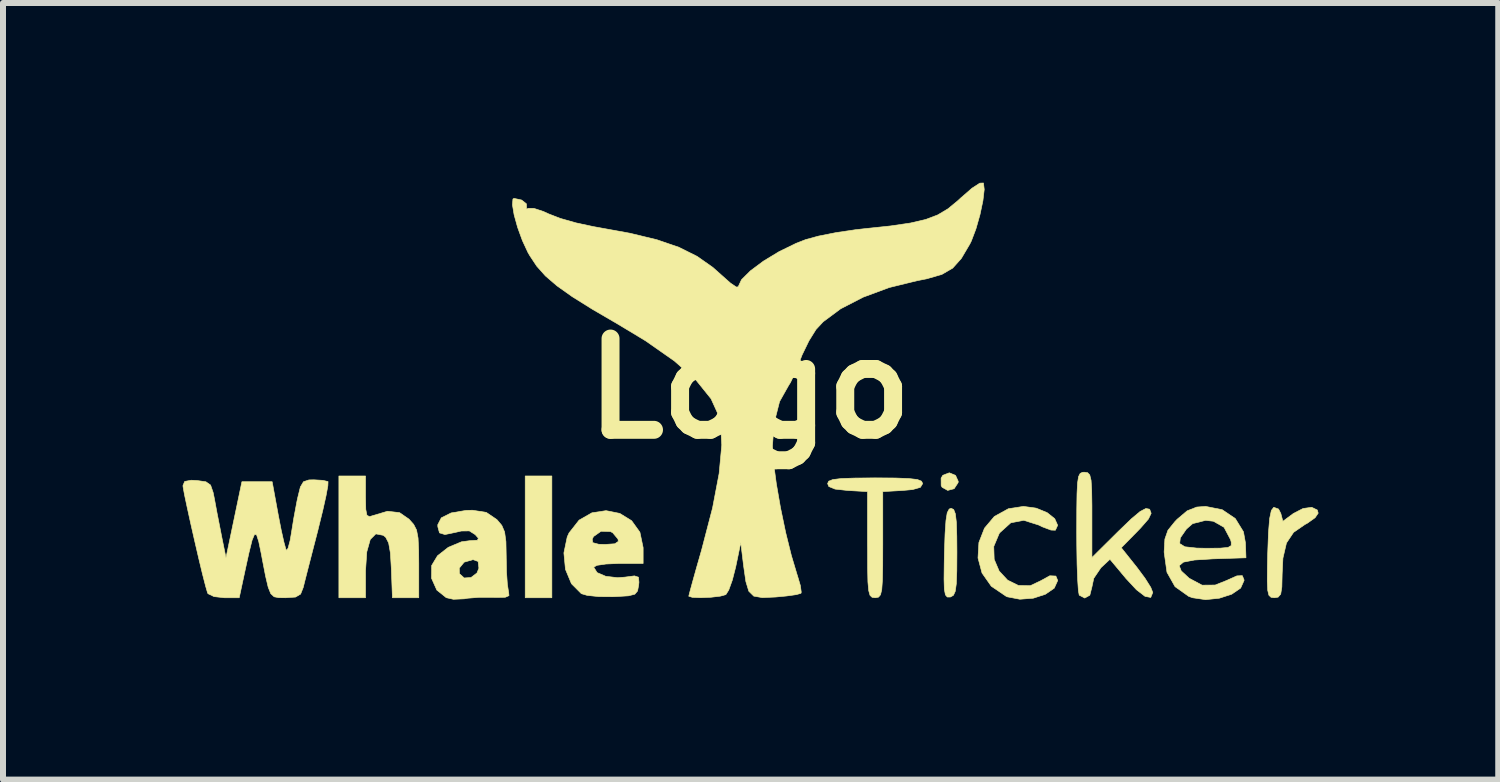
<source format=kicad_pcb>
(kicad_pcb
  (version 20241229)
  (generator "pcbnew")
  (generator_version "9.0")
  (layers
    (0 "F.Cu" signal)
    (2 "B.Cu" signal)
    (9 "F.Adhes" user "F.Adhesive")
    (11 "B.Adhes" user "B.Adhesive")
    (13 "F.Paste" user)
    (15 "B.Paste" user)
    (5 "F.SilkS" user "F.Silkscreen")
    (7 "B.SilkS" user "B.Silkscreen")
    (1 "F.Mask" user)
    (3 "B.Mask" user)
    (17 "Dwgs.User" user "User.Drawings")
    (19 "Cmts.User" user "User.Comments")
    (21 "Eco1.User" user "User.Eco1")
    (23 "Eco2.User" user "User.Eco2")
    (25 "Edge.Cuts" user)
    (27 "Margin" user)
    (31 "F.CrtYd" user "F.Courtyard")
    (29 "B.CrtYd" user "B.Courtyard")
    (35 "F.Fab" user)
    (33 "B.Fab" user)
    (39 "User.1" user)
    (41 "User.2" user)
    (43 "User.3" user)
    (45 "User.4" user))
  (footprint "Logo"
    (layer "F.Cu")
    (at 9.466 3.437)
    (property "Reference" "Logo" (at 0 0 0) (layer "F.SilkS") (effects (font (size 1.524 1.524) (thickness 0.3))))
    (attr through_hole)
    (fp_poly (pts (xy -3.302 3.493) (xy -3.747 3.493) (xy -3.747 1.46) (xy -3.302 1.46) (xy -3.302 3.493)) (stroke (width 0.01) (type solid)) (fill yes) (layer "F.SilkS"))
    (fp_poly (pts (xy 3.438 1.45) (xy 3.483 1.55) (xy 3.481 1.571) (xy 3.415 1.672) (xy 3.307 1.701) (xy 3.214 1.649) (xy 3.198 1.62) (xy 3.197 1.496) (xy 3.226 1.448) (xy 3.334 1.407) (xy 3.438 1.45)) (stroke (width 0.01) (type solid)) (fill yes) (layer "F.SilkS"))
    (fp_poly (pts (xy 3.407 2.02) (xy 3.435 2.092) (xy 3.452 2.235) (xy 3.459 2.471) (xy 3.461 2.73) (xy 3.459 3.046) (xy 3.451 3.258) (xy 3.433 3.386) (xy 3.403 3.452) (xy 3.357 3.479) (xy 3.348 3.481) (xy 3.3 3.481) (xy 3.269 3.445) (xy 3.251 3.352) (xy 3.246 3.183) (xy 3.249 2.917) (xy 3.252 2.751) (xy 3.263 2.424) (xy 3.278 2.205) (xy 3.299 2.074) (xy 3.332 2.012) (xy 3.365 2) (xy 3.407 2.02)) (stroke (width 0.01) (type solid)) (fill yes) (layer "F.SilkS"))
    (fp_poly (pts (xy -6.413 1.817) (xy -6.409 2.017) (xy -6.39 2.116) (xy -6.346 2.139) (xy -6.302 2.125) (xy -6.046 2.049) (xy -5.845 2.072) (xy -5.687 2.181) (xy -5.609 2.269) (xy -5.561 2.363) (xy -5.536 2.496) (xy -5.526 2.701) (xy -5.524 2.918) (xy -5.524 3.493) (xy -5.964 3.493) (xy -5.982 3.007) (xy -5.998 2.744) (xy -6.027 2.579) (xy -6.075 2.485) (xy -6.116 2.451) (xy -6.241 2.427) (xy -6.334 2.52) (xy -6.392 2.727) (xy -6.413 3.042) (xy -6.413 3.06) (xy -6.413 3.493) (xy -6.858 3.493) (xy -6.858 1.46) (xy -6.413 1.46) (xy -6.413 1.817)) (stroke (width 0.01) (type solid)) (fill yes) (layer "F.SilkS"))
    (fp_poly (pts (xy 8.831 2.012) (xy 8.869 2.086) (xy 8.903 2.217) (xy 9.079 2.086) (xy 9.24 2.003) (xy 9.385 1.983) (xy 9.478 2.028) (xy 9.493 2.081) (xy 9.441 2.157) (xy 9.313 2.248) (xy 9.272 2.27) (xy 9.082 2.401) (xy 8.963 2.579) (xy 8.904 2.832) (xy 8.891 3.096) (xy 8.886 3.314) (xy 8.867 3.433) (xy 8.824 3.483) (xy 8.761 3.493) (xy 8.706 3.486) (xy 8.67 3.452) (xy 8.65 3.369) (xy 8.643 3.215) (xy 8.645 2.971) (xy 8.65 2.752) (xy 8.663 2.405) (xy 8.682 2.171) (xy 8.711 2.035) (xy 8.751 1.983) (xy 8.751 1.983) (xy 8.831 2.012)) (stroke (width 0.01) (type solid)) (fill yes) (layer "F.SilkS"))
    (fp_poly (pts (xy 2.432 1.494) (xy 2.66 1.503) (xy 2.8 1.519) (xy 2.87 1.547) (xy 2.889 1.587) (xy 2.889 1.587) (xy 2.851 1.65) (xy 2.721 1.687) (xy 2.556 1.702) (xy 2.223 1.721) (xy 2.223 2.607) (xy 2.222 2.958) (xy 2.217 3.201) (xy 2.206 3.357) (xy 2.185 3.444) (xy 2.152 3.483) (xy 2.104 3.492) (xy 2.095 3.493) (xy 2.045 3.486) (xy 2.01 3.453) (xy 1.988 3.374) (xy 1.975 3.23) (xy 1.97 3.001) (xy 1.969 2.668) (xy 1.968 2.607) (xy 1.968 1.721) (xy 1.635 1.702) (xy 1.426 1.679) (xy 1.322 1.636) (xy 1.302 1.587) (xy 1.32 1.547) (xy 1.389 1.52) (xy 1.528 1.503) (xy 1.754 1.495) (xy 2.088 1.492) (xy 2.095 1.492) (xy 2.432 1.494)) (stroke (width 0.01) (type solid)) (fill yes) (layer "F.SilkS"))
    (fp_poly (pts (xy 4.784 1.997) (xy 4.967 2.072) (xy 5.094 2.173) (xy 5.143 2.283) (xy 5.105 2.366) (xy 5.031 2.363) (xy 4.89 2.31) (xy 4.829 2.28) (xy 4.577 2.2) (xy 4.36 2.242) (xy 4.177 2.407) (xy 4.166 2.423) (xy 4.076 2.637) (xy 4.083 2.852) (xy 4.166 3.047) (xy 4.307 3.199) (xy 4.487 3.288) (xy 4.686 3.292) (xy 4.861 3.209) (xy 5.012 3.126) (xy 5.113 3.131) (xy 5.144 3.205) (xy 5.086 3.333) (xy 4.938 3.435) (xy 4.735 3.501) (xy 4.512 3.518) (xy 4.303 3.478) (xy 4.281 3.468) (xy 4.035 3.301) (xy 3.88 3.08) (xy 3.813 2.829) (xy 3.828 2.571) (xy 3.921 2.332) (xy 4.086 2.136) (xy 4.32 2.007) (xy 4.572 1.968) (xy 4.784 1.997)) (stroke (width 0.01) (type solid)) (fill yes) (layer "F.SilkS"))
    (fp_poly (pts (xy 5.643 1.405) (xy 5.679 1.443) (xy 5.701 1.533) (xy 5.711 1.697) (xy 5.715 1.957) (xy 5.715 2.11) (xy 5.715 2.822) (xy 6.159 2.382) (xy 6.374 2.175) (xy 6.521 2.052) (xy 6.616 2.003) (xy 6.675 2.014) (xy 6.68 2.019) (xy 6.704 2.083) (xy 6.659 2.178) (xy 6.53 2.326) (xy 6.481 2.377) (xy 6.205 2.658) (xy 6.468 2.988) (xy 6.603 3.17) (xy 6.698 3.321) (xy 6.731 3.406) (xy 6.697 3.488) (xy 6.602 3.47) (xy 6.458 3.359) (xy 6.284 3.172) (xy 6.016 2.851) (xy 5.865 2.992) (xy 5.746 3.168) (xy 5.715 3.313) (xy 5.68 3.451) (xy 5.595 3.498) (xy 5.503 3.45) (xy 5.489 3.375) (xy 5.477 3.196) (xy 5.467 2.935) (xy 5.462 2.614) (xy 5.461 2.402) (xy 5.462 2.025) (xy 5.466 1.756) (xy 5.475 1.577) (xy 5.492 1.47) (xy 5.519 1.417) (xy 5.558 1.399) (xy 5.588 1.397) (xy 5.643 1.405)) (stroke (width 0.01) (type solid)) (fill yes) (layer "F.SilkS"))
    (fp_poly (pts (xy -2.168 2.085) (xy -1.97 2.207) (xy -1.832 2.399) (xy -1.778 2.657) (xy -1.778 2.662) (xy -1.778 2.921) (xy -2.191 2.921) (xy -2.401 2.93) (xy -2.55 2.952) (xy -2.603 2.982) (xy -2.547 3.073) (xy -2.402 3.135) (xy -2.206 3.158) (xy -2.083 3.149) (xy -1.923 3.128) (xy -1.856 3.15) (xy -1.848 3.233) (xy -1.853 3.285) (xy -1.871 3.38) (xy -1.917 3.434) (xy -2.022 3.461) (xy -2.215 3.473) (xy -2.286 3.476) (xy -2.518 3.474) (xy -2.711 3.454) (xy -2.81 3.425) (xy -2.975 3.259) (xy -3.075 3.019) (xy -3.101 2.745) (xy -3.053 2.513) (xy -2.628 2.513) (xy -2.62 2.573) (xy -2.52 2.6) (xy -2.413 2.603) (xy -2.251 2.592) (xy -2.192 2.552) (xy -2.198 2.513) (xy -2.285 2.409) (xy -2.323 2.388) (xy -2.481 2.383) (xy -2.605 2.47) (xy -2.628 2.513) (xy -3.053 2.513) (xy -3.045 2.477) (xy -3.015 2.411) (xy -2.847 2.197) (xy -2.633 2.075) (xy -2.397 2.039) (xy -2.168 2.085)) (stroke (width 0.01) (type solid)) (fill yes) (layer "F.SilkS"))
    (fp_poly (pts (xy -4.397 2.068) (xy -4.22 2.188) (xy -4.138 2.285) (xy -4.091 2.395) (xy -4.069 2.556) (xy -4.064 2.806) (xy -4.064 2.818) (xy -4.059 3.063) (xy -4.045 3.268) (xy -4.026 3.39) (xy -4.024 3.396) (xy -4.018 3.458) (xy -4.079 3.485) (xy -4.234 3.488) (xy -4.294 3.486) (xy -4.514 3.486) (xy -4.707 3.501) (xy -4.763 3.511) (xy -4.945 3.519) (xy -5.065 3.492) (xy -5.223 3.365) (xy -5.311 3.168) (xy -5.309 2.999) (xy -4.848 2.999) (xy -4.845 3.091) (xy -4.766 3.163) (xy -4.652 3.155) (xy -4.553 3.08) (xy -4.52 3) (xy -4.533 2.887) (xy -4.618 2.857) (xy -4.766 2.899) (xy -4.848 2.999) (xy -5.309 2.999) (xy -5.309 2.955) (xy -5.211 2.792) (xy -5.031 2.651) (xy -4.811 2.559) (xy -4.67 2.54) (xy -4.545 2.533) (xy -4.529 2.499) (xy -4.582 2.439) (xy -4.68 2.377) (xy -4.816 2.379) (xy -4.909 2.401) (xy -5.087 2.438) (xy -5.178 2.41) (xy -5.206 2.308) (xy -5.207 2.274) (xy -5.148 2.159) (xy -4.984 2.077) (xy -4.735 2.035) (xy -4.628 2.032) (xy -4.397 2.068)) (stroke (width 0.01) (type solid)) (fill yes) (layer "F.SilkS"))
    (fp_poly (pts (xy 7.89 2.023) (xy 8.109 2.171) (xy 8.245 2.392) (xy 8.278 2.575) (xy 8.287 2.826) (xy 7.731 2.844) (xy 7.428 2.863) (xy 7.244 2.898) (xy 7.172 2.957) (xy 7.206 3.045) (xy 7.338 3.167) (xy 7.343 3.17) (xy 7.554 3.283) (xy 7.773 3.281) (xy 7.961 3.206) (xy 8.135 3.128) (xy 8.226 3.124) (xy 8.255 3.195) (xy 8.255 3.205) (xy 8.198 3.332) (xy 8.049 3.434) (xy 7.842 3.501) (xy 7.613 3.525) (xy 7.395 3.493) (xy 7.331 3.47) (xy 7.103 3.308) (xy 6.968 3.068) (xy 6.922 2.741) (xy 6.921 2.726) (xy 6.929 2.588) (xy 7.18 2.588) (xy 7.267 2.642) (xy 7.465 2.664) (xy 7.624 2.667) (xy 7.857 2.665) (xy 7.988 2.653) (xy 8.041 2.622) (xy 8.041 2.564) (xy 8.03 2.524) (xy 7.921 2.317) (xy 7.744 2.216) (xy 7.613 2.201) (xy 7.396 2.256) (xy 7.293 2.346) (xy 7.191 2.493) (xy 7.18 2.588) (xy 6.929 2.588) (xy 6.933 2.514) (xy 6.984 2.367) (xy 7.099 2.224) (xy 7.137 2.184) (xy 7.305 2.042) (xy 7.465 1.979) (xy 7.613 1.968) (xy 7.89 2.023)) (stroke (width 0.01) (type solid)) (fill yes) (layer "F.SilkS"))
    (fp_poly (pts (xy -7.125 1.533) (xy -7.04 1.553) (xy -7.039 1.555) (xy -7.042 1.625) (xy -7.073 1.793) (xy -7.127 2.035) (xy -7.199 2.327) (xy -7.208 2.365) (xy -7.289 2.678) (xy -7.362 2.962) (xy -7.419 3.184) (xy -7.452 3.316) (xy -7.452 3.318) (xy -7.497 3.432) (xy -7.582 3.482) (xy -7.747 3.493) (xy -7.861 3.492) (xy -7.939 3.477) (xy -7.995 3.425) (xy -8.038 3.318) (xy -8.082 3.132) (xy -8.137 2.849) (xy -8.153 2.762) (xy -8.196 2.555) (xy -8.232 2.443) (xy -8.266 2.434) (xy -8.307 2.532) (xy -8.36 2.745) (xy -8.416 3) (xy -8.522 3.493) (xy -8.771 3.493) (xy -8.942 3.474) (xy -9.042 3.426) (xy -9.05 3.413) (xy -9.083 3.3) (xy -9.135 3.098) (xy -9.198 2.836) (xy -9.266 2.543) (xy -9.333 2.248) (xy -9.392 1.979) (xy -9.437 1.767) (xy -9.46 1.638) (xy -9.461 1.619) (xy -9.432 1.551) (xy -9.323 1.531) (xy -9.225 1.536) (xy -9.078 1.557) (xy -9 1.612) (xy -8.957 1.737) (xy -8.936 1.841) (xy -8.892 2.079) (xy -8.838 2.354) (xy -8.814 2.477) (xy -8.743 2.826) (xy -8.61 2.191) (xy -8.477 1.556) (xy -7.972 1.556) (xy -7.87 2.111) (xy -7.821 2.363) (xy -7.776 2.563) (xy -7.743 2.683) (xy -7.734 2.702) (xy -7.706 2.666) (xy -7.672 2.537) (xy -7.654 2.432) (xy -7.611 2.166) (xy -7.559 1.887) (xy -7.546 1.826) (xy -7.501 1.644) (xy -7.449 1.556) (xy -7.358 1.526) (xy -7.276 1.524) (xy -7.125 1.533)) (stroke (width 0.01) (type solid)) (fill yes) (layer "F.SilkS"))
    (fp_poly (pts (xy 3.917 -3.324) (xy 3.895 -3.135) (xy 3.846 -2.903) (xy 3.779 -2.667) (xy 3.702 -2.464) (xy 3.677 -2.413) (xy 3.534 -2.171) (xy 3.39 -2.01) (xy 3.209 -1.905) (xy 2.956 -1.832) (xy 2.794 -1.8) (xy 2.329 -1.686) (xy 1.895 -1.525) (xy 1.519 -1.331) (xy 1.228 -1.115) (xy 1.108 -0.986) (xy 0.99 -0.796) (xy 0.875 -0.559) (xy 0.836 -0.457) (xy 0.758 -0.258) (xy 0.682 -0.101) (xy 0.649 -0.048) (xy 0.5 0.217) (xy 0.409 0.575) (xy 0.381 0.959) (xy 0.398 1.232) (xy 0.446 1.59) (xy 0.516 1.994) (xy 0.602 2.406) (xy 0.697 2.789) (xy 0.792 3.106) (xy 0.798 3.124) (xy 0.847 3.29) (xy 0.862 3.4) (xy 0.857 3.419) (xy 0.78 3.441) (xy 0.615 3.464) (xy 0.436 3.481) (xy 0.212 3.491) (xy 0.069 3.466) (xy -0.014 3.384) (xy -0.063 3.222) (xy -0.101 2.957) (xy -0.148 2.572) (xy -0.233 2.981) (xy -0.289 3.199) (xy -0.349 3.365) (xy -0.397 3.441) (xy -0.491 3.467) (xy -0.646 3.485) (xy -0.816 3.492) (xy -0.954 3.487) (xy -1.016 3.468) (xy -1.016 3.466) (xy -0.999 3.398) (xy -0.954 3.233) (xy -0.887 2.993) (xy -0.804 2.704) (xy -0.795 2.67) (xy -0.619 1.995) (xy -0.509 1.418) (xy -0.465 0.943) (xy -0.486 0.571) (xy -0.509 0.468) (xy -0.644 0.171) (xy -0.892 -0.137) (xy -1.255 -0.459) (xy -1.738 -0.797) (xy -2.194 -1.072) (xy -2.626 -1.324) (xy -2.962 -1.534) (xy -3.217 -1.715) (xy -3.409 -1.88) (xy -3.555 -2.044) (xy -3.672 -2.221) (xy -3.702 -2.273) (xy -3.794 -2.471) (xy -3.874 -2.691) (xy -3.932 -2.9) (xy -3.96 -3.068) (xy -3.952 -3.164) (xy -3.934 -3.175) (xy -3.806 -3.147) (xy -3.727 -3.084) (xy -3.725 -3.032) (xy -3.725 -2.995) (xy -3.695 -3.009) (xy -3.601 -3.008) (xy -3.443 -2.956) (xy -3.358 -2.917) (xy -3.166 -2.842) (xy -2.899 -2.766) (xy -2.61 -2.704) (xy -2.555 -2.694) (xy -1.998 -2.593) (xy -1.547 -2.484) (xy -1.18 -2.358) (xy -0.877 -2.207) (xy -0.615 -2.023) (xy -0.46 -1.885) (xy -0.319 -1.76) (xy -0.221 -1.694) (xy -0.191 -1.699) (xy -0.136 -1.817) (xy 0.013 -1.965) (xy 0.23 -2.127) (xy 0.492 -2.286) (xy 0.775 -2.424) (xy 0.936 -2.487) (xy 1.149 -2.545) (xy 1.441 -2.603) (xy 1.763 -2.651) (xy 1.921 -2.669) (xy 2.356 -2.715) (xy 2.688 -2.764) (xy 2.941 -2.823) (xy 3.141 -2.899) (xy 3.312 -3.001) (xy 3.477 -3.137) (xy 3.532 -3.188) (xy 3.713 -3.345) (xy 3.843 -3.429) (xy 3.904 -3.432) (xy 3.917 -3.324)) (stroke (width 0.01) (type solid)) (fill yes) (layer "F.SilkS")))
  (gr_rect
    (start -3 -3)
    (end 21.965 9.966)
    (stroke (width 0.1) (type default))
    (fill no)
    (layer "Edge.Cuts")))
</source>
